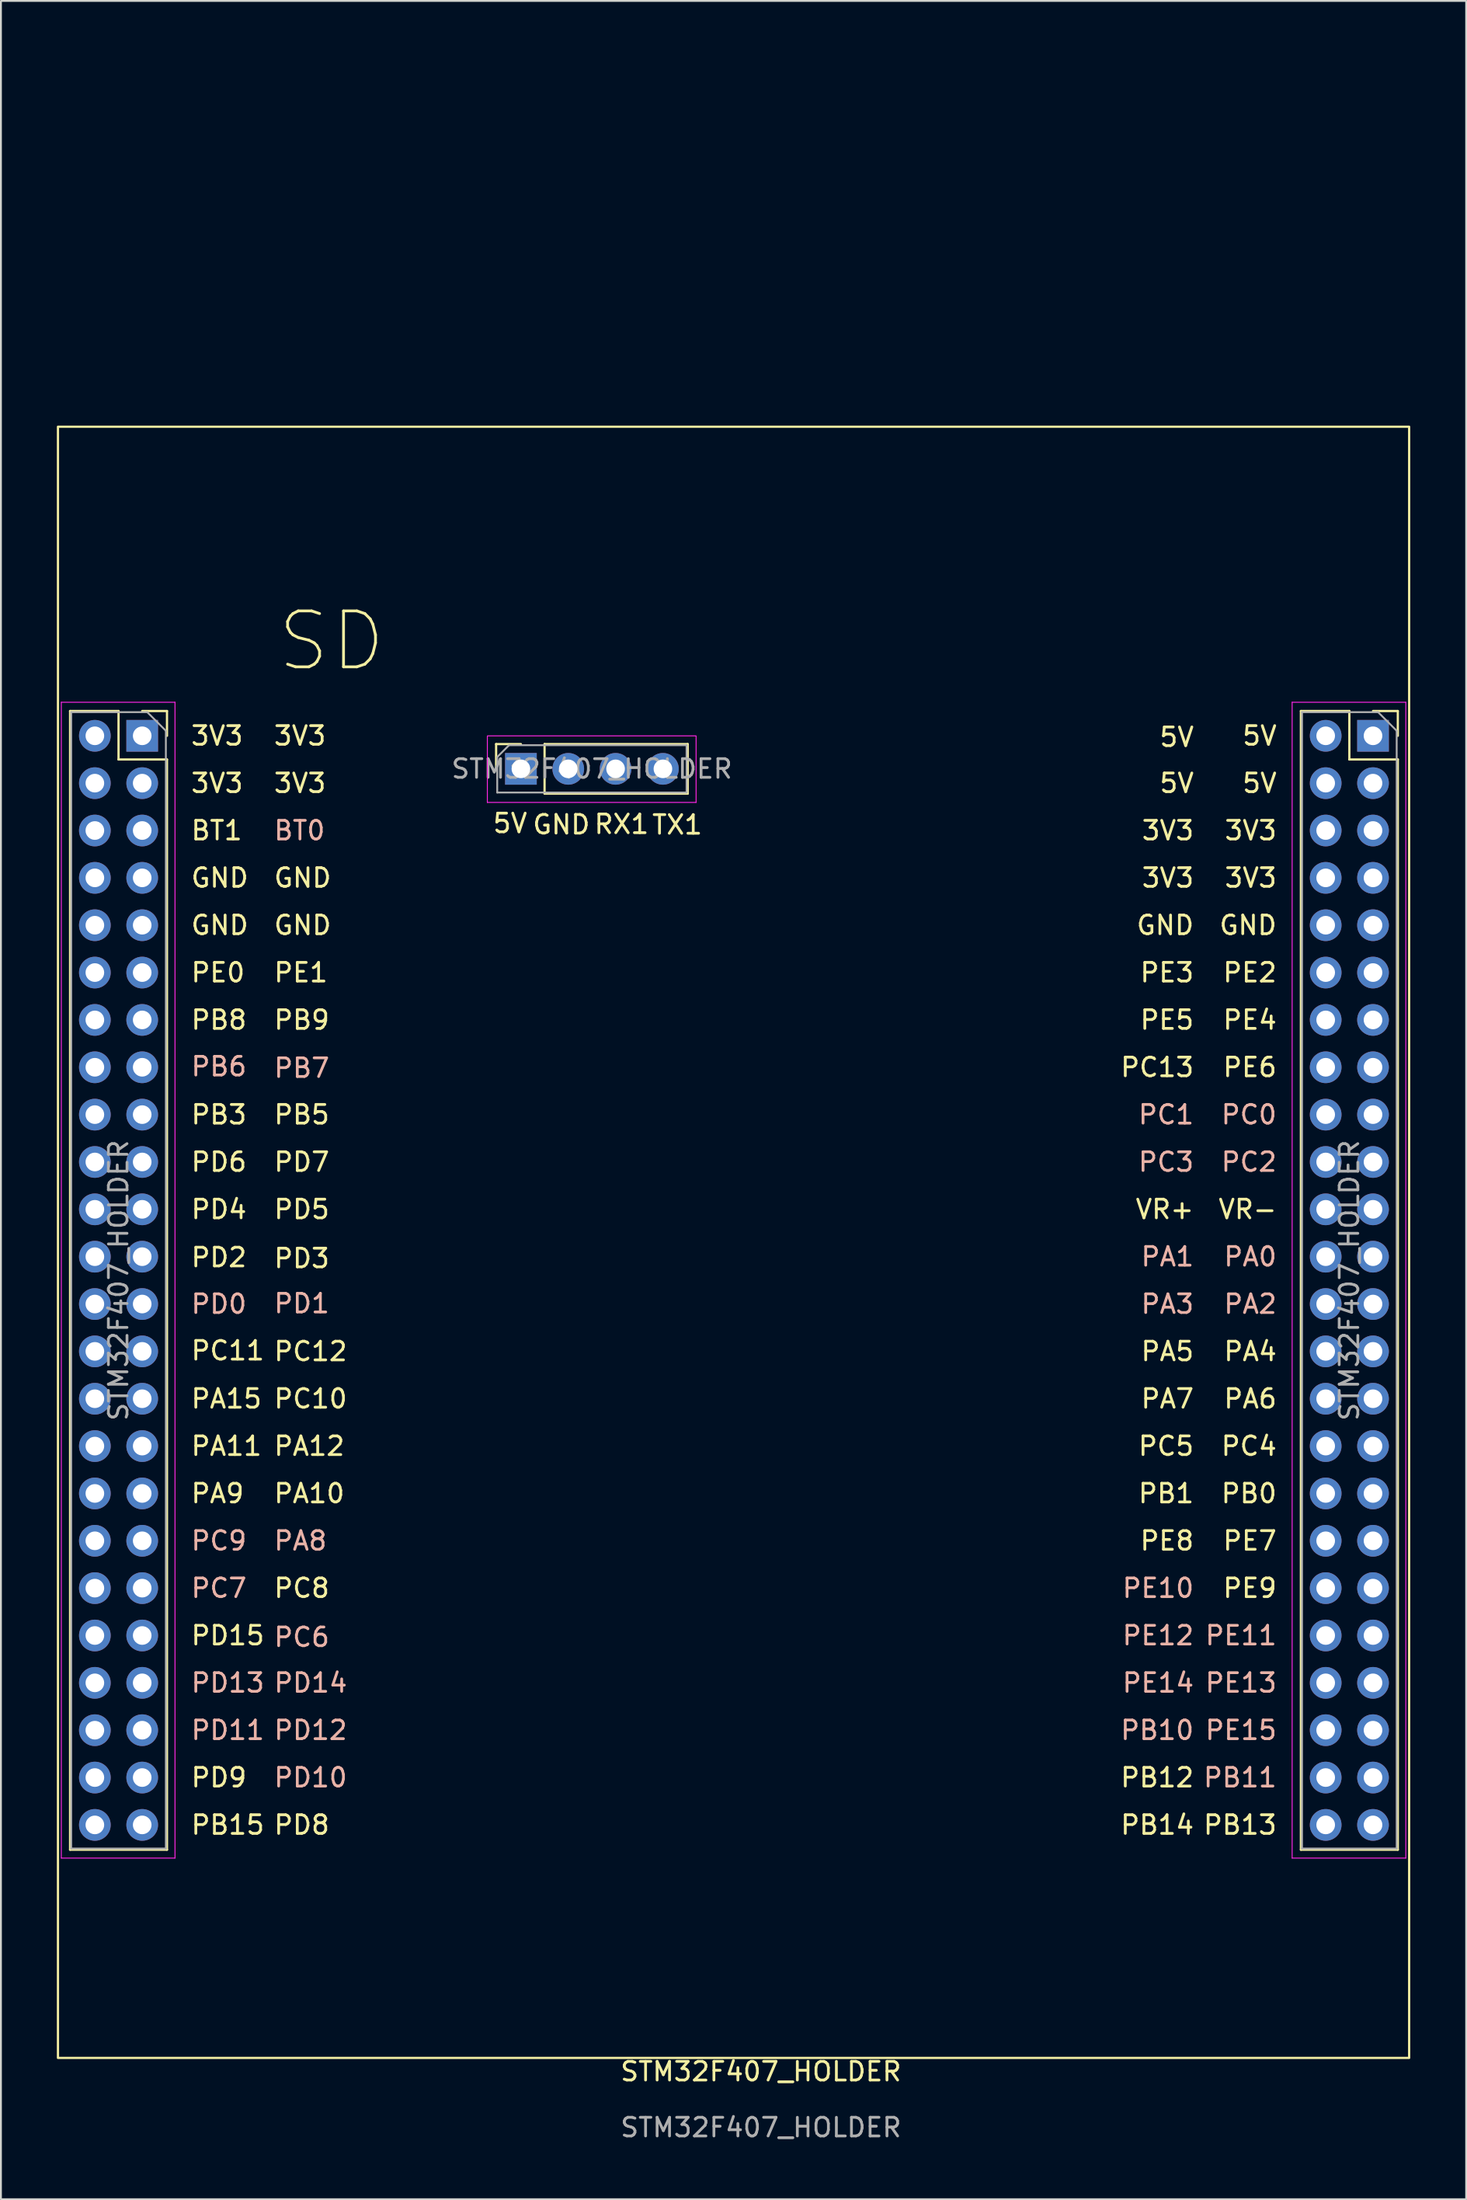
<source format=kicad_pcb>
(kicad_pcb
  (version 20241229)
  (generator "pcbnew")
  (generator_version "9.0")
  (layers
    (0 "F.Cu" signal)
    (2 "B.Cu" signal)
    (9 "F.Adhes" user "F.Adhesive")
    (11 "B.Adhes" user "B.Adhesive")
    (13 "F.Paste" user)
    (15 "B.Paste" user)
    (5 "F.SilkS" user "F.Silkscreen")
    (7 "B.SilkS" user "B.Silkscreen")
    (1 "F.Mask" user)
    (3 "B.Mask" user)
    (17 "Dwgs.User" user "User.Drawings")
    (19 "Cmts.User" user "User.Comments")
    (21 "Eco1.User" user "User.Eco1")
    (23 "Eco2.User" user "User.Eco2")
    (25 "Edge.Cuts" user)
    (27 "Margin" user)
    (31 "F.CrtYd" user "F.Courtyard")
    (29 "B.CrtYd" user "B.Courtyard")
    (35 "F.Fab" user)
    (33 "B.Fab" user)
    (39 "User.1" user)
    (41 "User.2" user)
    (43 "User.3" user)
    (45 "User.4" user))
  (footprint "STM32F407_HOLDER"
    (layer "F.Cu")
    (at 35.06 94.839)
    (property "Reference" "STM32F407_HOLDER" (at 2.72 13.23 0) (unlocked yes) (layer "F.SilkS") (effects (font (size 1 1) (thickness 0.15))))
    (attr through_hole)
    (fp_rect (start -27.13 -61.189) (end -12.7 -94.779) (stroke (width 0.12) (type solid)) (fill no) (layer "F.Mask"))
    (fp_line (start -34.35 -59.75) (end -34.35 1.33) (stroke (width 0.12) (type solid)) (layer "F.SilkS"))
    (fp_line (start -34.35 -59.75) (end -31.75 -59.75) (stroke (width 0.12) (type solid)) (layer "F.SilkS"))
    (fp_line (start -34.35 1.33) (end -29.15 1.33) (stroke (width 0.12) (type solid)) (layer "F.SilkS"))
    (fp_line (start -31.75 -59.75) (end -31.75 -57.15) (stroke (width 0.12) (type solid)) (layer "F.SilkS"))
    (fp_line (start -31.75 -57.15) (end -29.15 -57.15) (stroke (width 0.12) (type solid)) (layer "F.SilkS"))
    (fp_line (start -30.48 -59.75) (end -29.15 -59.75) (stroke (width 0.12) (type solid)) (layer "F.SilkS"))
    (fp_line (start -29.15 -59.75) (end -29.15 -58.42) (stroke (width 0.12) (type solid)) (layer "F.SilkS"))
    (fp_line (start -29.15 -57.15) (end -29.15 1.33) (stroke (width 0.12) (type solid)) (layer "F.SilkS"))
    (fp_line (start -11.49 -57.977) (end -10.16 -57.977) (stroke (width 0.12) (type solid)) (layer "F.SilkS"))
    (fp_line (start -11.49 -56.648) (end -11.49 -57.977) (stroke (width 0.12) (type solid)) (layer "F.SilkS"))
    (fp_line (start -8.89 -57.977) (end -1.21 -57.977) (stroke (width 0.12) (type solid)) (layer "F.SilkS"))
    (fp_line (start -8.89 -55.318) (end -8.89 -57.977) (stroke (width 0.12) (type solid)) (layer "F.SilkS"))
    (fp_line (start -8.89 -55.318) (end -1.21 -55.318) (stroke (width 0.12) (type solid)) (layer "F.SilkS"))
    (fp_line (start -1.21 -55.318) (end -1.21 -57.977) (stroke (width 0.12) (type solid)) (layer "F.SilkS"))
    (fp_line (start 31.692 -59.75) (end 31.692 1.33) (stroke (width 0.12) (type solid)) (layer "F.SilkS"))
    (fp_line (start 31.692 -59.75) (end 34.292 -59.75) (stroke (width 0.12) (type solid)) (layer "F.SilkS"))
    (fp_line (start 31.692 1.33) (end 36.892 1.33) (stroke (width 0.12) (type solid)) (layer "F.SilkS"))
    (fp_line (start 34.292 -59.75) (end 34.292 -57.15) (stroke (width 0.12) (type solid)) (layer "F.SilkS"))
    (fp_line (start 34.292 -57.15) (end 36.892 -57.15) (stroke (width 0.12) (type solid)) (layer "F.SilkS"))
    (fp_line (start 35.562 -59.75) (end 36.892 -59.75) (stroke (width 0.12) (type solid)) (layer "F.SilkS"))
    (fp_line (start 36.892 -59.75) (end 36.892 -58.42) (stroke (width 0.12) (type solid)) (layer "F.SilkS"))
    (fp_line (start 36.892 -57.15) (end 36.892 1.33) (stroke (width 0.12) (type solid)) (layer "F.SilkS"))
    (fp_rect (start -35 -75) (end 37.5 12.5) (stroke (width 0.12) (type solid)) (fill no) (layer "F.SilkS"))
    (fp_line (start -34.82 -60.22) (end -28.72 -60.22) (stroke (width 0.05) (type solid)) (layer "F.CrtYd"))
    (fp_line (start -34.82 1.78) (end -34.82 -60.22) (stroke (width 0.05) (type solid)) (layer "F.CrtYd"))
    (fp_line (start -28.72 -60.22) (end -28.72 1.78) (stroke (width 0.05) (type solid)) (layer "F.CrtYd"))
    (fp_line (start -28.72 1.78) (end -34.82 1.78) (stroke (width 0.05) (type solid)) (layer "F.CrtYd"))
    (fp_line (start -11.96 -58.392) (end -11.96 -54.843) (stroke (width 0.05) (type solid)) (layer "F.CrtYd"))
    (fp_line (start -0.76 -58.417) (end -11.96 -58.417) (stroke (width 0.05) (type solid)) (layer "F.CrtYd"))
    (fp_line (start -0.76 -58.398) (end -0.76 -54.847) (stroke (width 0.05) (type solid)) (layer "F.CrtYd"))
    (fp_line (start -0.76 -54.847) (end -11.96 -54.847) (stroke (width 0.05) (type solid)) (layer "F.CrtYd"))
    (fp_line (start 31.222 -60.22) (end 37.322 -60.22) (stroke (width 0.05) (type solid)) (layer "F.CrtYd"))
    (fp_line (start 31.222 1.78) (end 31.222 -60.22) (stroke (width 0.05) (type solid)) (layer "F.CrtYd"))
    (fp_line (start 37.322 -60.22) (end 37.322 1.78) (stroke (width 0.05) (type solid)) (layer "F.CrtYd"))
    (fp_line (start 37.322 1.78) (end 31.222 1.78) (stroke (width 0.05) (type solid)) (layer "F.CrtYd"))
    (fp_line (start -34.29 -59.69) (end -30.21 -59.69) (stroke (width 0.1) (type solid)) (layer "F.Fab"))
    (fp_line (start -34.29 1.27) (end -34.29 -59.69) (stroke (width 0.1) (type solid)) (layer "F.Fab"))
    (fp_line (start -30.21 -59.69) (end -29.21 -58.69) (stroke (width 0.1) (type solid)) (layer "F.Fab"))
    (fp_line (start -29.21 -58.69) (end -29.21 1.27) (stroke (width 0.1) (type solid)) (layer "F.Fab"))
    (fp_line (start -29.21 1.27) (end -34.29 1.27) (stroke (width 0.1) (type solid)) (layer "F.Fab"))
    (fp_line (start -11.43 -57.282) (end -10.795 -57.917) (stroke (width 0.1) (type solid)) (layer "F.Fab"))
    (fp_line (start -11.43 -55.377) (end -11.43 -57.282) (stroke (width 0.1) (type solid)) (layer "F.Fab"))
    (fp_line (start -10.795 -57.917) (end -1.27 -57.917) (stroke (width 0.1) (type solid)) (layer "F.Fab"))
    (fp_line (start -1.27 -57.917) (end -1.27 -55.377) (stroke (width 0.1) (type solid)) (layer "F.Fab"))
    (fp_line (start -1.27 -55.377) (end -11.43 -55.377) (stroke (width 0.1) (type solid)) (layer "F.Fab"))
    (fp_line (start 31.752 -59.69) (end 35.832 -59.69) (stroke (width 0.1) (type solid)) (layer "F.Fab"))
    (fp_line (start 31.752 1.27) (end 31.752 -59.69) (stroke (width 0.1) (type solid)) (layer "F.Fab"))
    (fp_line (start 35.832 -59.69) (end 36.832 -58.69) (stroke (width 0.1) (type solid)) (layer "F.Fab"))
    (fp_line (start 36.832 -58.69) (end 36.832 1.27) (stroke (width 0.1) (type solid)) (layer "F.Fab"))
    (fp_line (start 36.832 1.27) (end 31.752 1.27) (stroke (width 0.1) (type solid)) (layer "F.Fab"))
    (fp_text user "PC13" (at 26.035 -40.64 0) (unlocked yes) (layer "F.SilkS") (effects (font (size 1 1) (thickness 0.15)) (justify right)))
    (fp_text user "3V3" (at -27.94 -55.88 0) (unlocked yes) (layer "F.SilkS") (effects (font (size 1 1) (thickness 0.15)) (justify left)))
    (fp_text user "5V" (at 30.48 -55.88 0) (unlocked yes) (layer "F.SilkS") (effects (font (size 1 1) (thickness 0.15)) (justify right)))
    (fp_text user "PC11" (at -27.94 -25.44 0) (unlocked yes) (layer "F.SilkS") (effects (font (size 1 1) (thickness 0.15)) (justify left)))
    (fp_text user "PC5" (at 26.035 -20.32 0) (unlocked yes) (layer "F.SilkS") (effects (font (size 1 1) (thickness 0.15)) (justify right)))
    (fp_text user "PB3" (at -27.94 -38.1 0) (unlocked yes) (layer "F.SilkS") (effects (font (size 1 1) (thickness 0.15)) (justify left)))
    (fp_text user "GND" (at -23.495 -48.26 0) (unlocked yes) (layer "F.SilkS") (effects (font (size 1 1) (thickness 0.15)) (justify left)))
    (fp_text user "PA4" (at 30.48 -25.4 0) (unlocked yes) (layer "F.SilkS") (effects (font (size 1 1) (thickness 0.15)) (justify right)))
    (fp_text user "3V3" (at 30.48 -53.34 0) (unlocked yes) (layer "F.SilkS") (effects (font (size 1 1) (thickness 0.15)) (justify right)))
    (fp_text user "PC8" (at -23.495 -12.7 0) (unlocked yes) (layer "F.SilkS") (effects (font (size 1 1) (thickness 0.15)) (justify left)))
    (fp_text user "PD9" (at -27.94 -2.54 0) (unlocked yes) (layer "F.SilkS") (effects (font (size 1 1) (thickness 0.15)) (justify left)))
    (fp_text user "5V" (at -10.74 -53.727 0) (unlocked yes) (layer "F.SilkS") (effects (font (size 1 1) (thickness 0.15))))
    (fp_text user "3V3" (at 26.035 -50.8 0) (unlocked yes) (layer "F.SilkS") (effects (font (size 1 1) (thickness 0.15)) (justify right)))
    (fp_text user "PB14" (at 26.035 0 0) (unlocked yes) (layer "F.SilkS") (effects (font (size 1 1) (thickness 0.15)) (justify right)))
    (fp_text user "PB15" (at -27.94 0 0) (unlocked yes) (layer "F.SilkS") (effects (font (size 1 1) (thickness 0.15)) (justify left)))
    (fp_text user "PC10" (at -23.495 -22.86 0) (unlocked yes) (layer "F.SilkS") (effects (font (size 1 1) (thickness 0.15)) (justify left)))
    (fp_text user "GND" (at 30.48 -48.26 0) (unlocked yes) (layer "F.SilkS") (effects (font (size 1 1) (thickness 0.15)) (justify right)))
    (fp_text user "PD3" (at -23.495 -30.39 0) (unlocked yes) (layer "F.SilkS") (effects (font (size 1 1) (thickness 0.15)) (justify left)))
    (fp_text user "PB13" (at 30.48 0 0) (unlocked yes) (layer "F.SilkS") (effects (font (size 1 1) (thickness 0.15)) (justify right)))
    (fp_text user "PD5" (at -23.495 -33.02 0) (unlocked yes) (layer "F.SilkS") (effects (font (size 1 1) (thickness 0.15)) (justify left)))
    (fp_text user "3V3" (at -27.94 -58.42 0) (unlocked yes) (layer "F.SilkS") (effects (font (size 1 1) (thickness 0.15)) (justify left)))
    (fp_text user "PA15" (at -27.94 -22.86 0) (unlocked yes) (layer "F.SilkS") (effects (font (size 1 1) (thickness 0.15)) (justify left)))
    (fp_text user "GND" (at -7.99 -53.657 0) (unlocked yes) (layer "F.SilkS") (effects (font (size 1 1) (thickness 0.15))))
    (fp_text user "PE9" (at 30.48 -12.7 0) (unlocked yes) (layer "F.SilkS") (effects (font (size 1 1) (thickness 0.15)) (justify right)))
    (fp_text user "PA10" (at -23.495 -17.78 0) (unlocked yes) (layer "F.SilkS") (effects (font (size 1 1) (thickness 0.15)) (justify left)))
    (fp_text user "TX1" (at -1.77 -53.648 0) (unlocked yes) (layer "F.SilkS") (effects (font (size 1 1) (thickness 0.15))))
    (fp_text user "PC4" (at 30.48 -20.32 0) (unlocked yes) (layer "F.SilkS") (effects (font (size 1 1) (thickness 0.15)) (justify right)))
    (fp_text user "PE2" (at 30.48 -45.72 0) (unlocked yes) (layer "F.SilkS") (effects (font (size 1 1) (thickness 0.15)) (justify right)))
    (fp_text user "PE5" (at 26.035 -43.18 0) (unlocked yes) (layer "F.SilkS") (effects (font (size 1 1) (thickness 0.15)) (justify right)))
    (fp_text user "5V" (at 30.48 -58.42 0) (unlocked yes) (layer "F.SilkS") (effects (font (size 1 1) (thickness 0.15)) (justify right)))
    (fp_text user "PD7" (at -23.495 -35.56 0) (unlocked yes) (layer "F.SilkS") (effects (font (size 1 1) (thickness 0.15)) (justify left)))
    (fp_text user "PE6" (at 30.48 -40.64 0) (unlocked yes) (layer "F.SilkS") (effects (font (size 1 1) (thickness 0.15)) (justify right)))
    (fp_text user "RX1" (at -4.76 -53.678 0) (unlocked yes) (layer "F.SilkS") (effects (font (size 1 1) (thickness 0.15))))
    (fp_text user "SD" (at -20.32 -63.5 0) (unlocked yes) (layer "F.SilkS") (effects (font (size 3 3) (thickness 0.15))))
    (fp_text user "PA7" (at 26.035 -22.86 0) (unlocked yes) (layer "F.SilkS") (effects (font (size 1 1) (thickness 0.15)) (justify right)))
    (fp_text user "GND" (at 26.035 -48.26 0) (unlocked yes) (layer "F.SilkS") (effects (font (size 1 1) (thickness 0.15)) (justify right)))
    (fp_text user "PD15" (at -27.94 -10.16 0) (unlocked yes) (layer "F.SilkS") (effects (font (size 1 1) (thickness 0.15)) (justify left)))
    (fp_text user "5V" (at 26.035 -55.88 0) (unlocked yes) (layer "F.SilkS") (effects (font (size 1 1) (thickness 0.15)) (justify right)))
    (fp_text user "3V3" (at -23.495 -55.88 0) (unlocked yes) (layer "F.SilkS") (effects (font (size 1 1) (thickness 0.15)) (justify left)))
    (fp_text user "PA6" (at 30.48 -22.86 0) (unlocked yes) (layer "F.SilkS") (effects (font (size 1 1) (thickness 0.15)) (justify right)))
    (fp_text user "PE7" (at 30.48 -15.24 0) (unlocked yes) (layer "F.SilkS") (effects (font (size 1 1) (thickness 0.15)) (justify right)))
    (fp_text user "5V" (at 26.035 -58.35 0) (unlocked yes) (layer "F.SilkS") (effects (font (size 1 1) (thickness 0.15)) (justify right)))
    (fp_text user "PC12" (at -23.495 -25.4 0) (unlocked yes) (layer "F.SilkS") (effects (font (size 1 1) (thickness 0.15)) (justify left)))
    (fp_text user "PB0" (at 30.48 -17.78 0) (unlocked yes) (layer "F.SilkS") (effects (font (size 1 1) (thickness 0.15)) (justify right)))
    (fp_text user "PA12" (at -23.495 -20.32 0) (unlocked yes) (layer "F.SilkS") (effects (font (size 1 1) (thickness 0.15)) (justify left)))
    (fp_text user "PD6" (at -27.94 -35.56 0) (unlocked yes) (layer "F.SilkS") (effects (font (size 1 1) (thickness 0.15)) (justify left)))
    (fp_text user "PE1" (at -23.495 -45.72 0) (unlocked yes) (layer "F.SilkS") (effects (font (size 1 1) (thickness 0.15)) (justify left)))
    (fp_text user "PE4" (at 30.48 -43.18 0) (unlocked yes) (layer "F.SilkS") (effects (font (size 1 1) (thickness 0.15)) (justify right)))
    (fp_text user "GND" (at -27.94 -50.8 0) (unlocked yes) (layer "F.SilkS") (effects (font (size 1 1) (thickness 0.15)) (justify left)))
    (fp_text user "PD2" (at -27.94 -30.44 0) (unlocked yes) (layer "F.SilkS") (effects (font (size 1 1) (thickness 0.15)) (justify left)))
    (fp_text user "3V3" (at 30.48 -50.8 0) (unlocked yes) (layer "F.SilkS") (effects (font (size 1 1) (thickness 0.15)) (justify right)))
    (fp_text user "PB12" (at 26.035 -2.54 0) (unlocked yes) (layer "F.SilkS") (effects (font (size 1 1) (thickness 0.15)) (justify right)))
    (fp_text user "PB9" (at -23.495 -43.18 0) (unlocked yes) (layer "F.SilkS") (effects (font (size 1 1) (thickness 0.15)) (justify left)))
    (fp_text user "PE3" (at 26.035 -45.72 0) (unlocked yes) (layer "F.SilkS") (effects (font (size 1 1) (thickness 0.15)) (justify right)))
    (fp_text user "PA9" (at -27.94 -17.78 0) (unlocked yes) (layer "F.SilkS") (effects (font (size 1 1) (thickness 0.15)) (justify left)))
    (fp_text user "VR-" (at 30.48 -33.02 0) (unlocked yes) (layer "F.SilkS") (effects (font (size 1 1) (thickness 0.15)) (justify right)))
    (fp_text user "3V3" (at 26.035 -53.34 0) (unlocked yes) (layer "F.SilkS") (effects (font (size 1 1) (thickness 0.15)) (justify right)))
    (fp_text user "PE0" (at -27.94 -45.72 0) (unlocked yes) (layer "F.SilkS") (effects (font (size 1 1) (thickness 0.15)) (justify left)))
    (fp_text user "PD4" (at -27.94 -33.02 0) (unlocked yes) (layer "F.SilkS") (effects (font (size 1 1) (thickness 0.15)) (justify left)))
    (fp_text user "GND" (at -27.94 -48.26 0) (unlocked yes) (layer "F.SilkS") (effects (font (size 1 1) (thickness 0.15)) (justify left)))
    (fp_text user "PB1" (at 26.035 -17.78 0) (unlocked yes) (layer "F.SilkS") (effects (font (size 1 1) (thickness 0.15)) (justify right)))
    (fp_text user "PD8" (at -23.495 0 0) (unlocked yes) (layer "F.SilkS") (effects (font (size 1 1) (thickness 0.15)) (justify left)))
    (fp_text user "PB8" (at -27.94 -43.18 0) (unlocked yes) (layer "F.SilkS") (effects (font (size 1 1) (thickness 0.15)) (justify left)))
    (fp_text user "BT1" (at -27.94 -53.34 0) (unlocked yes) (layer "F.SilkS") (effects (font (size 1 1) (thickness 0.15)) (justify left)))
    (fp_text user "PA5" (at 26.035 -25.4 0) (unlocked yes) (layer "F.SilkS") (effects (font (size 1 1) (thickness 0.15)) (justify right)))
    (fp_text user "PE8" (at 26.035 -15.24 0) (unlocked yes) (layer "F.SilkS") (effects (font (size 1 1) (thickness 0.15)) (justify right)))
    (fp_text user "GND" (at -23.495 -50.8 0) (unlocked yes) (layer "F.SilkS") (effects (font (size 1 1) (thickness 0.15)) (justify left)))
    (fp_text user "3V3" (at -23.495 -58.42 0) (unlocked yes) (layer "F.SilkS") (effects (font (size 1 1) (thickness 0.15)) (justify left)))
    (fp_text user "PA11" (at -27.94 -20.32 0) (unlocked yes) (layer "F.SilkS") (effects (font (size 1 1) (thickness 0.15)) (justify left)))
    (fp_text user "PB5" (at -23.495 -38.1 0) (unlocked yes) (layer "F.SilkS") (effects (font (size 1 1) (thickness 0.15)) (justify left)))
    (fp_text user "VR+" (at 26.035 -33.02 0) (unlocked yes) (layer "F.SilkS") (effects (font (size 1 1) (thickness 0.15)) (justify right)))
    (fp_text user "PB11" (at 30.48 -2.54 0) (unlocked yes) (layer "B.SilkS") (effects (font (size 1 1) (thickness 0.15)) (justify right)))
    (fp_text user "PC3" (at 26.035 -35.56 0) (unlocked yes) (layer "B.SilkS") (effects (font (size 1 1) (thickness 0.15)) (justify right)))
    (fp_text user "PB10" (at 26.035 -5.08 0) (unlocked yes) (layer "B.SilkS") (effects (font (size 1 1) (thickness 0.15)) (justify right)))
    (fp_text user "PA2" (at 30.48 -27.94 0) (unlocked yes) (layer "B.SilkS") (effects (font (size 1 1) (thickness 0.15)) (justify right)))
    (fp_text user "PE10" (at 26.035 -12.7 0) (unlocked yes) (layer "B.SilkS") (effects (font (size 1 1) (thickness 0.15)) (justify right)))
    (fp_text user "PE12" (at 26.035 -10.16 0) (unlocked yes) (layer "B.SilkS") (effects (font (size 1 1) (thickness 0.15)) (justify right)))
    (fp_text user "PC6" (at -23.495 -10.07 0) (unlocked yes) (layer "B.SilkS") (effects (font (size 1 1) (thickness 0.15)) (justify left)))
    (fp_text user "PB6" (at -27.94 -40.68 0) (unlocked yes) (layer "B.SilkS") (effects (font (size 1 1) (thickness 0.15)) (justify left)))
    (fp_text user "PA0" (at 30.48 -30.48 0) (unlocked yes) (layer "B.SilkS") (effects (font (size 1 1) (thickness 0.15)) (justify right)))
    (fp_text user "PD12" (at -23.495 -5.08 0) (unlocked yes) (layer "B.SilkS") (effects (font (size 1 1) (thickness 0.15)) (justify left)))
    (fp_text user "PC2" (at 30.48 -35.56 0) (unlocked yes) (layer "B.SilkS") (effects (font (size 1 1) (thickness 0.15)) (justify right)))
    (fp_text user "PE13" (at 30.48 -7.62 0) (unlocked yes) (layer "B.SilkS") (effects (font (size 1 1) (thickness 0.15)) (justify right)))
    (fp_text user "PC9" (at -27.94 -15.24 0) (unlocked yes) (layer "B.SilkS") (effects (font (size 1 1) (thickness 0.15)) (justify left)))
    (fp_text user "PA1" (at 26.035 -30.48 0) (unlocked yes) (layer "B.SilkS") (effects (font (size 1 1) (thickness 0.15)) (justify right)))
    (fp_text user "PE15" (at 30.48 -5.08 0) (unlocked yes) (layer "B.SilkS") (effects (font (size 1 1) (thickness 0.15)) (justify right)))
    (fp_text user "PD11" (at -27.94 -5.08 0) (unlocked yes) (layer "B.SilkS") (effects (font (size 1 1) (thickness 0.15)) (justify left)))
    (fp_text user "PD10" (at -23.495 -2.54 0) (unlocked yes) (layer "B.SilkS") (effects (font (size 1 1) (thickness 0.15)) (justify left)))
    (fp_text user "PD0" (at -27.94 -27.94 0) (unlocked yes) (layer "B.SilkS") (effects (font (size 1 1) (thickness 0.15)) (justify left)))
    (fp_text user "PB7" (at -23.495 -40.6 0) (unlocked yes) (layer "B.SilkS") (effects (font (size 1 1) (thickness 0.15)) (justify left)))
    (fp_text user "PE14" (at 26.035 -7.62 0) (unlocked yes) (layer "B.SilkS") (effects (font (size 1 1) (thickness 0.15)) (justify right)))
    (fp_text user "PE11" (at 30.48 -10.16 0) (unlocked yes) (layer "B.SilkS") (effects (font (size 1 1) (thickness 0.15)) (justify right)))
    (fp_text user "PC0" (at 30.48 -38.1 0) (unlocked yes) (layer "B.SilkS") (effects (font (size 1 1) (thickness 0.15)) (justify right)))
    (fp_text user "PC7" (at -27.94 -12.7 0) (unlocked yes) (layer "B.SilkS") (effects (font (size 1 1) (thickness 0.15)) (justify left)))
    (fp_text user "PC1" (at 26.035 -38.1 0) (unlocked yes) (layer "B.SilkS") (effects (font (size 1 1) (thickness 0.15)) (justify right)))
    (fp_text user "PD13" (at -27.94 -7.62 0) (unlocked yes) (layer "B.SilkS") (effects (font (size 1 1) (thickness 0.15)) (justify left)))
    (fp_text user "PA8" (at -23.495 -15.24 0) (unlocked yes) (layer "B.SilkS") (effects (font (size 1 1) (thickness 0.15)) (justify left)))
    (fp_text user "PA3" (at 26.035 -27.94 0) (unlocked yes) (layer "B.SilkS") (effects (font (size 1 1) (thickness 0.15)) (justify right)))
    (fp_text user "PD1" (at -23.495 -27.97 0) (unlocked yes) (layer "B.SilkS") (effects (font (size 1 1) (thickness 0.15)) (justify left)))
    (fp_text user "BT0" (at -23.495 -53.34 0) (unlocked yes) (layer "B.SilkS") (effects (font (size 1 1) (thickness 0.15)) (justify left)))
    (fp_text user "PD14" (at -23.495 -7.62 0) (unlocked yes) (layer "B.SilkS") (effects (font (size 1 1) (thickness 0.15)) (justify left)))
    (fp_text user "${REFERENCE}" (at 2.72 16.23 0) (unlocked yes) (layer "F.Fab") (effects (font (size 1 1) (thickness 0.15))))
    (fp_text user "${REFERENCE}" (at -6.35 -56.648 180) (layer "F.Fab") (effects (font (size 1 1) (thickness 0.15))))
    (fp_text user "${REFERENCE}" (at 34.292 -29.21 90) (layer "F.Fab") (effects (font (size 1 1) (thickness 0.15))))
    (fp_text user "${REFERENCE}" (at -31.75 -29.21 90) (layer "F.Fab") (effects (font (size 1 1) (thickness 0.15))))
    (pad "15" thru_hole oval (at 35.562 -38.1) (size 1.7 1.7) (drill 1) (layers "*.Cu" "*.Mask"))
    (pad "16" thru_hole oval (at 33.022 -38.1) (size 1.7 1.7) (drill 1) (layers "*.Cu" "*.Mask"))
    (pad "17" thru_hole oval (at 35.562 -35.56) (size 1.7 1.7) (drill 1) (layers "*.Cu" "*.Mask"))
    (pad "18" thru_hole oval (at 33.022 -35.56) (size 1.7 1.7) (drill 1) (layers "*.Cu" "F.Mask"))
    (pad "23" thru_hole oval (at 35.562 -30.48) (size 1.7 1.7) (drill 1) (layers "*.Cu" "*.Mask"))
    (pad "24" thru_hole oval (at 33.022 -30.48) (size 1.7 1.7) (drill 1) (layers "*.Cu" "*.Mask"))
    (pad "25" thru_hole oval (at 35.562 -27.94) (size 1.7 1.7) (drill 1) (layers "*.Cu" "*.Mask"))
    (pad "26" thru_hole oval (at 33.022 -27.94) (size 1.7 1.7) (drill 1) (layers "*.Cu" "*.Mask"))
    (pad "41" thru_hole oval (at 33.022 -12.7) (size 1.7 1.7) (drill 1) (layers "*.Cu" "*.Mask"))
    (pad "42" thru_hole oval (at 35.562 -10.16) (size 1.7 1.7) (drill 1) (layers "*.Cu" "*.Mask"))
    (pad "43" thru_hole oval (at 33.022 -10.16) (size 1.7 1.7) (drill 1) (layers "*.Cu" "*.Mask"))
    (pad "44" thru_hole oval (at 35.562 -7.62) (size 1.7 1.7) (drill 1) (layers "*.Cu" "*.Mask"))
    (pad "45" thru_hole oval (at 33.022 -7.62) (size 1.7 1.7) (drill 1) (layers "*.Cu" "*.Mask"))
    (pad "46" thru_hole oval (at 35.562 -5.08) (size 1.7 1.7) (drill 1) (layers "*.Cu" "*.Mask"))
    (pad "47" thru_hole oval (at 33.022 -5.08) (size 1.7 1.7) (drill 1) (layers "*.Cu" "*.Mask"))
    (pad "48" thru_hole oval (at 35.562 -2.54) (size 1.7 1.7) (drill 1) (layers "*.Cu" "*.Mask"))
    (pad "57" thru_hole oval (at -30.48 -2.54) (size 1.7 1.7) (drill 1) (layers "*.Cu" "*.Mask"))
    (pad "58" thru_hole oval (at -33.02 -5.08) (size 1.7 1.7) (drill 1) (layers "*.Cu" "*.Mask"))
    (pad "59" thru_hole oval (at -30.48 -5.08) (size 1.7 1.7) (drill 1) (layers "*.Cu" "*.Mask"))
    (pad "60" thru_hole oval (at -33.02 -7.62) (size 1.7 1.7) (drill 1) (layers "*.Cu" "*.Mask"))
    (pad "61" thru_hole oval (at -30.48 -7.62) (size 1.7 1.7) (drill 1) (layers "*.Cu" "*.Mask"))
    (pad "63" thru_hole oval (at -30.48 -10.16) (size 1.7 1.7) (drill 1) (layers "*.Cu" "*.Mask"))
    (pad "64" thru_hole oval (at -33.02 -12.7) (size 1.7 1.7) (drill 1) (layers "*.Cu" "*.Mask"))
    (pad "66" thru_hole oval (at -33.02 -15.24) (size 1.7 1.7) (drill 1) (layers "*.Cu" "*.Mask"))
    (pad "67" thru_hole oval (at -30.48 -15.24) (size 1.7 1.7) (drill 1) (layers "*.Cu" "*.Mask"))
    (pad "68" thru_hole oval (at -33.02 -17.78) (size 1.7 1.7) (drill 1) (layers "*.Cu" "*.Mask"))
    (pad "69" thru_hole oval (at -30.48 -17.78) (size 1.7 1.7) (drill 1) (layers "*.Cu" "*.Mask"))
    (pad "81" thru_hole oval (at -33.02 -27.94) (size 1.7 1.7) (drill 1) (layers "*.Cu" "*.Mask"))
    (pad "82" thru_hole oval (at -30.48 -27.94) (size 1.7 1.7) (drill 1) (layers "*.Cu" "*.Mask"))
    (pad "92" thru_hole oval (at -33.02 -40.64) (size 1.7 1.7) (drill 1) (layers "*.Cu" "*.Mask"))
    (pad "93" thru_hole oval (at -30.48 -40.64) (size 1.7 1.7) (drill 1) (layers "*.Cu" "*.Mask"))
    (pad "94" thru_hole oval (at -30.48 -53.34) (size 1.7 1.7) (drill 1) (layers "*.Cu" "*.Mask"))
    (pad "100" thru_hole rect (at 35.562 -58.42) (size 1.7 1.7) (drill 1) (layers "*.Cu" "*.Mask"))
    (pad "110" thru_hole rect (at -10.16 -56.648 90) (size 1.7 1.7) (drill 1) (layers "*.Cu" "*.Mask"))
    (pad "111" thru_hole oval (at -7.62 -56.648 90) (size 1.7 1.7) (drill 1) (layers "*.Cu" "*.Mask"))
    (pad "112" thru_hole oval (at -5.08 -56.648 90) (size 1.7 1.7) (drill 1) (layers "*.Cu" "*.Mask"))
    (pad "113" thru_hole oval (at -2.54 -56.648 90) (size 1.7 1.7) (drill 1) (layers "*.Cu" "*.Mask"))
    (pad "X" thru_hole oval (at -33.02 -58.42) (size 1.7 1.7) (drill 1) (layers "*.Cu" "*.Mask"))
    (pad "X" thru_hole oval (at -33.02 -55.88) (size 1.7 1.7) (drill 1) (layers "*.Cu" "*.Mask"))
    (pad "X" thru_hole oval (at -33.02 -53.34) (size 1.7 1.7) (drill 1) (layers "*.Cu" "*.Mask"))
    (pad "X" thru_hole oval (at -33.02 -50.8) (size 1.7 1.7) (drill 1) (layers "*.Cu" "*.Mask"))
    (pad "X" thru_hole oval (at -33.02 -48.26) (size 1.7 1.7) (drill 1) (layers "*.Cu" "*.Mask"))
    (pad "X" thru_hole oval (at -33.02 -45.72) (size 1.7 1.7) (drill 1) (layers "*.Cu" "*.Mask"))
    (pad "X" thru_hole oval (at -33.02 -43.18) (size 1.7 1.7) (drill 1) (layers "*.Cu" "*.Mask"))
    (pad "X" thru_hole oval (at -33.02 -38.1) (size 1.7 1.7) (drill 1) (layers "*.Cu" "*.Mask"))
    (pad "X" thru_hole oval (at -33.02 -35.56) (size 1.7 1.7) (drill 1) (layers "*.Cu" "*.Mask"))
    (pad "X" thru_hole oval (at -33.02 -33.02) (size 1.7 1.7) (drill 1) (layers "*.Cu" "*.Mask"))
    (pad "X" thru_hole oval (at -33.02 -30.48) (size 1.7 1.7) (drill 1) (layers "*.Cu" "*.Mask"))
    (pad "X" thru_hole oval (at -33.02 -25.4) (size 1.7 1.7) (drill 1) (layers "*.Cu" "*.Mask"))
    (pad "X" thru_hole oval (at -33.02 -22.86) (size 1.7 1.7) (drill 1) (layers "*.Cu" "*.Mask"))
    (pad "X" thru_hole oval (at -33.02 -20.32) (size 1.7 1.7) (drill 1) (layers "*.Cu" "*.Mask"))
    (pad "X" thru_hole oval (at -33.02 -10.16) (size 1.7 1.7) (drill 1) (layers "*.Cu" "*.Mask"))
    (pad "X" thru_hole oval (at -33.02 -2.54) (size 1.7 1.7) (drill 1) (layers "*.Cu" "*.Mask"))
    (pad "X" thru_hole oval (at -33.02 0) (size 1.7 1.7) (drill 1) (layers "*.Cu" "*.Mask"))
    (pad "X" thru_hole rect (at -30.48 -58.42) (size 1.7 1.7) (drill 1) (layers "*.Cu" "*.Mask"))
    (pad "X" thru_hole oval (at -30.48 -55.88) (size 1.7 1.7) (drill 1) (layers "*.Cu" "*.Mask"))
    (pad "X" thru_hole oval (at -30.48 -50.8) (size 1.7 1.7) (drill 1) (layers "*.Cu" "*.Mask"))
    (pad "X" thru_hole oval (at -30.48 -48.26) (size 1.7 1.7) (drill 1) (layers "*.Cu" "*.Mask"))
    (pad "X" thru_hole oval (at -30.48 -45.72) (size 1.7 1.7) (drill 1) (layers "*.Cu" "*.Mask"))
    (pad "X" thru_hole oval (at -30.48 -43.18) (size 1.7 1.7) (drill 1) (layers "*.Cu" "*.Mask"))
    (pad "X" thru_hole oval (at -30.48 -38.1) (size 1.7 1.7) (drill 1) (layers "*.Cu" "*.Mask"))
    (pad "X" thru_hole oval (at -30.48 -35.56) (size 1.7 1.7) (drill 1) (layers "*.Cu" "*.Mask"))
    (pad "X" thru_hole oval (at -30.48 -33.02) (size 1.7 1.7) (drill 1) (layers "*.Cu" "*.Mask"))
    (pad "X" thru_hole oval (at -30.48 -30.48) (size 1.7 1.7) (drill 1) (layers "*.Cu" "*.Mask"))
    (pad "X" thru_hole oval (at -30.48 -25.4) (size 1.7 1.7) (drill 1) (layers "*.Cu" "*.Mask"))
    (pad "X" thru_hole oval (at -30.48 -22.86) (size 1.7 1.7) (drill 1) (layers "*.Cu" "*.Mask"))
    (pad "X" thru_hole oval (at -30.48 -20.32) (size 1.7 1.7) (drill 1) (layers "*.Cu" "*.Mask"))
    (pad "X" thru_hole oval (at -30.48 -12.7) (size 1.7 1.7) (drill 1) (layers "*.Cu" "*.Mask"))
    (pad "X" thru_hole oval (at -30.48 0) (size 1.7 1.7) (drill 1) (layers "*.Cu" "*.Mask"))
    (pad "X" thru_hole oval (at 33.022 -58.42) (size 1.7 1.7) (drill 1) (layers "*.Cu" "*.Mask"))
    (pad "X" thru_hole oval (at 33.022 -55.88) (size 1.7 1.7) (drill 1) (layers "*.Cu" "*.Mask"))
    (pad "X" thru_hole oval (at 33.022 -53.34) (size 1.7 1.7) (drill 1) (layers "*.Cu" "*.Mask"))
    (pad "X" thru_hole oval (at 33.022 -50.8) (size 1.7 1.7) (drill 1) (layers "*.Cu" "*.Mask"))
    (pad "X" thru_hole oval (at 33.022 -48.26) (size 1.7 1.7) (drill 1) (layers "*.Cu" "*.Mask"))
    (pad "X" thru_hole oval (at 33.022 -45.72) (size 1.7 1.7) (drill 1) (layers "*.Cu" "*.Mask"))
    (pad "X" thru_hole oval (at 33.022 -43.18) (size 1.7 1.7) (drill 1) (layers "*.Cu" "*.Mask"))
    (pad "X" thru_hole oval (at 33.022 -40.64) (size 1.7 1.7) (drill 1) (layers "*.Cu" "*.Mask"))
    (pad "X" thru_hole oval (at 33.022 -33.02) (size 1.7 1.7) (drill 1) (layers "*.Cu" "*.Mask"))
    (pad "X" thru_hole oval (at 33.022 -25.4) (size 1.7 1.7) (drill 1) (layers "*.Cu" "*.Mask"))
    (pad "X" thru_hole oval (at 33.022 -22.86) (size 1.7 1.7) (drill 1) (layers "*.Cu" "*.Mask"))
    (pad "X" thru_hole oval (at 33.022 -20.32) (size 1.7 1.7) (drill 1) (layers "*.Cu" "*.Mask"))
    (pad "X" thru_hole oval (at 33.022 -17.78) (size 1.7 1.7) (drill 1) (layers "*.Cu" "*.Mask"))
    (pad "X" thru_hole oval (at 33.022 -15.24) (size 1.7 1.7) (drill 1) (layers "*.Cu" "*.Mask"))
    (pad "X" thru_hole oval (at 33.022 -2.54) (size 1.7 1.7) (drill 1) (layers "*.Cu" "*.Mask"))
    (pad "X" thru_hole oval (at 33.022 0) (size 1.7 1.7) (drill 1) (layers "*.Cu" "*.Mask"))
    (pad "X" thru_hole oval (at 35.562 -55.88) (size 1.7 1.7) (drill 1) (layers "*.Cu" "*.Mask"))
    (pad "X" thru_hole oval (at 35.562 -53.34) (size 1.7 1.7) (drill 1) (layers "*.Cu" "*.Mask"))
    (pad "X" thru_hole oval (at 35.562 -50.8) (size 1.7 1.7) (drill 1) (layers "*.Cu" "*.Mask"))
    (pad "X" thru_hole oval (at 35.562 -48.26) (size 1.7 1.7) (drill 1) (layers "*.Cu" "*.Mask"))
    (pad "X" thru_hole oval (at 35.562 -45.72) (size 1.7 1.7) (drill 1) (layers "*.Cu" "*.Mask"))
    (pad "X" thru_hole oval (at 35.562 -43.18) (size 1.7 1.7) (drill 1) (layers "*.Cu" "*.Mask"))
    (pad "X" thru_hole oval (at 35.562 -40.64) (size 1.7 1.7) (drill 1) (layers "*.Cu" "*.Mask"))
    (pad "X" thru_hole oval (at 35.562 -33.02) (size 1.7 1.7) (drill 1) (layers "*.Cu" "*.Mask"))
    (pad "X" thru_hole oval (at 35.562 -25.4) (size 1.7 1.7) (drill 1) (layers "*.Cu" "*.Mask"))
    (pad "X" thru_hole oval (at 35.562 -22.86) (size 1.7 1.7) (drill 1) (layers "*.Cu" "*.Mask"))
    (pad "X" thru_hole oval (at 35.562 -20.32) (size 1.7 1.7) (drill 1) (layers "*.Cu" "*.Mask"))
    (pad "X" thru_hole oval (at 35.562 -17.78) (size 1.7 1.7) (drill 1) (layers "*.Cu" "*.Mask"))
    (pad "X" thru_hole oval (at 35.562 -15.24) (size 1.7 1.7) (drill 1) (layers "*.Cu" "*.Mask"))
    (pad "X" thru_hole oval (at 35.562 -12.7) (size 1.7 1.7) (drill 1) (layers "*.Cu" "*.Mask"))
    (pad "X" thru_hole oval (at 35.562 0) (size 1.7 1.7) (drill 1) (layers "*.Cu" "*.Mask")))
  (gr_rect
    (start -3 -3)
    (end 75.62 114.917)
    (stroke (width 0.1) (type default))
    (fill no)
    (layer "Edge.Cuts")))
</source>
